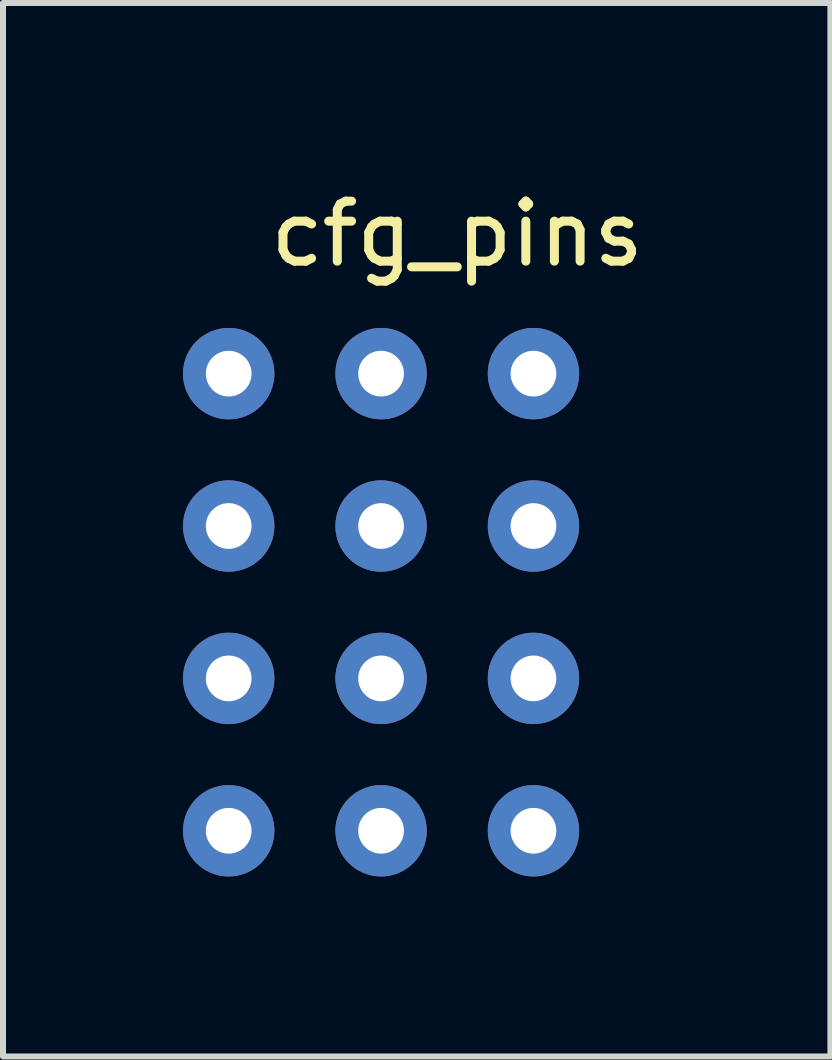
<source format=kicad_pcb>
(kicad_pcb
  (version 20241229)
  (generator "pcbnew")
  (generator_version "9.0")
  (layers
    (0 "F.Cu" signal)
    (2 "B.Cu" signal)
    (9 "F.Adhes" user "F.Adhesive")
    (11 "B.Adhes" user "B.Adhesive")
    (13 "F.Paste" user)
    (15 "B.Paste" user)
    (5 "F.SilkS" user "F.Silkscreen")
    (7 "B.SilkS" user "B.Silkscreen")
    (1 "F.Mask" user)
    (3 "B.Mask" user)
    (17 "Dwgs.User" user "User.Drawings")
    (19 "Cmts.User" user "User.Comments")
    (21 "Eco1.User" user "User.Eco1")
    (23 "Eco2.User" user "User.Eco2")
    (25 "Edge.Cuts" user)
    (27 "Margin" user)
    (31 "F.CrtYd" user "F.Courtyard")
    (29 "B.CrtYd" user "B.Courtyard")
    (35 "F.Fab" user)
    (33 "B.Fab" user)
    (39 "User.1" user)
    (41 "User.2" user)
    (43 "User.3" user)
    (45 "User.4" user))
  (footprint "cfg_pins"
    (layer "F.Cu")
    (at 3.302 3.178)
    (property "Reference" "cfg_pins" (at 1.27 -2.33 0) (layer "F.SilkS") (effects (font (size 1 1) (thickness 0.15))))
    (attr through_hole)
    (pad "1" thru_hole circle (at -2.54 0) (size 1.524 1.524) (drill 0.762) (layers "*.Cu" "*.Mask"))
    (pad "2" thru_hole circle (at 0 0) (size 1.524 1.524) (drill 0.762) (layers "*.Cu" "*.Mask"))
    (pad "3" thru_hole circle (at 2.54 0) (size 1.524 1.524) (drill 0.762) (layers "*.Cu" "*.Mask"))
    (pad "4" thru_hole circle (at -2.54 2.54) (size 1.524 1.524) (drill 0.762) (layers "*.Cu" "*.Mask"))
    (pad "5" thru_hole circle (at 0 2.54) (size 1.524 1.524) (drill 0.762) (layers "*.Cu" "*.Mask"))
    (pad "6" thru_hole circle (at 2.54 2.54) (size 1.524 1.524) (drill 0.762) (layers "*.Cu" "*.Mask"))
    (pad "7" thru_hole circle (at -2.54 5.08) (size 1.524 1.524) (drill 0.762) (layers "*.Cu" "*.Mask"))
    (pad "8" thru_hole circle (at 0 5.08) (size 1.524 1.524) (drill 0.762) (layers "*.Cu" "*.Mask"))
    (pad "9" thru_hole circle (at 2.54 5.08) (size 1.524 1.524) (drill 0.762) (layers "*.Cu" "*.Mask"))
    (pad "10" thru_hole circle (at -2.54 7.62) (size 1.524 1.524) (drill 0.762) (layers "*.Cu" "*.Mask"))
    (pad "11" thru_hole circle (at 0 7.62) (size 1.524 1.524) (drill 0.762) (layers "*.Cu" "*.Mask"))
    (pad "12" thru_hole circle (at 2.54 7.62) (size 1.524 1.524) (drill 0.762) (layers "*.Cu" "*.Mask")))
  (gr_rect
    (start -3 -3)
    (end 10.792 14.56)
    (stroke (width 0.1) (type default))
    (fill no)
    (layer "Edge.Cuts")))
</source>
